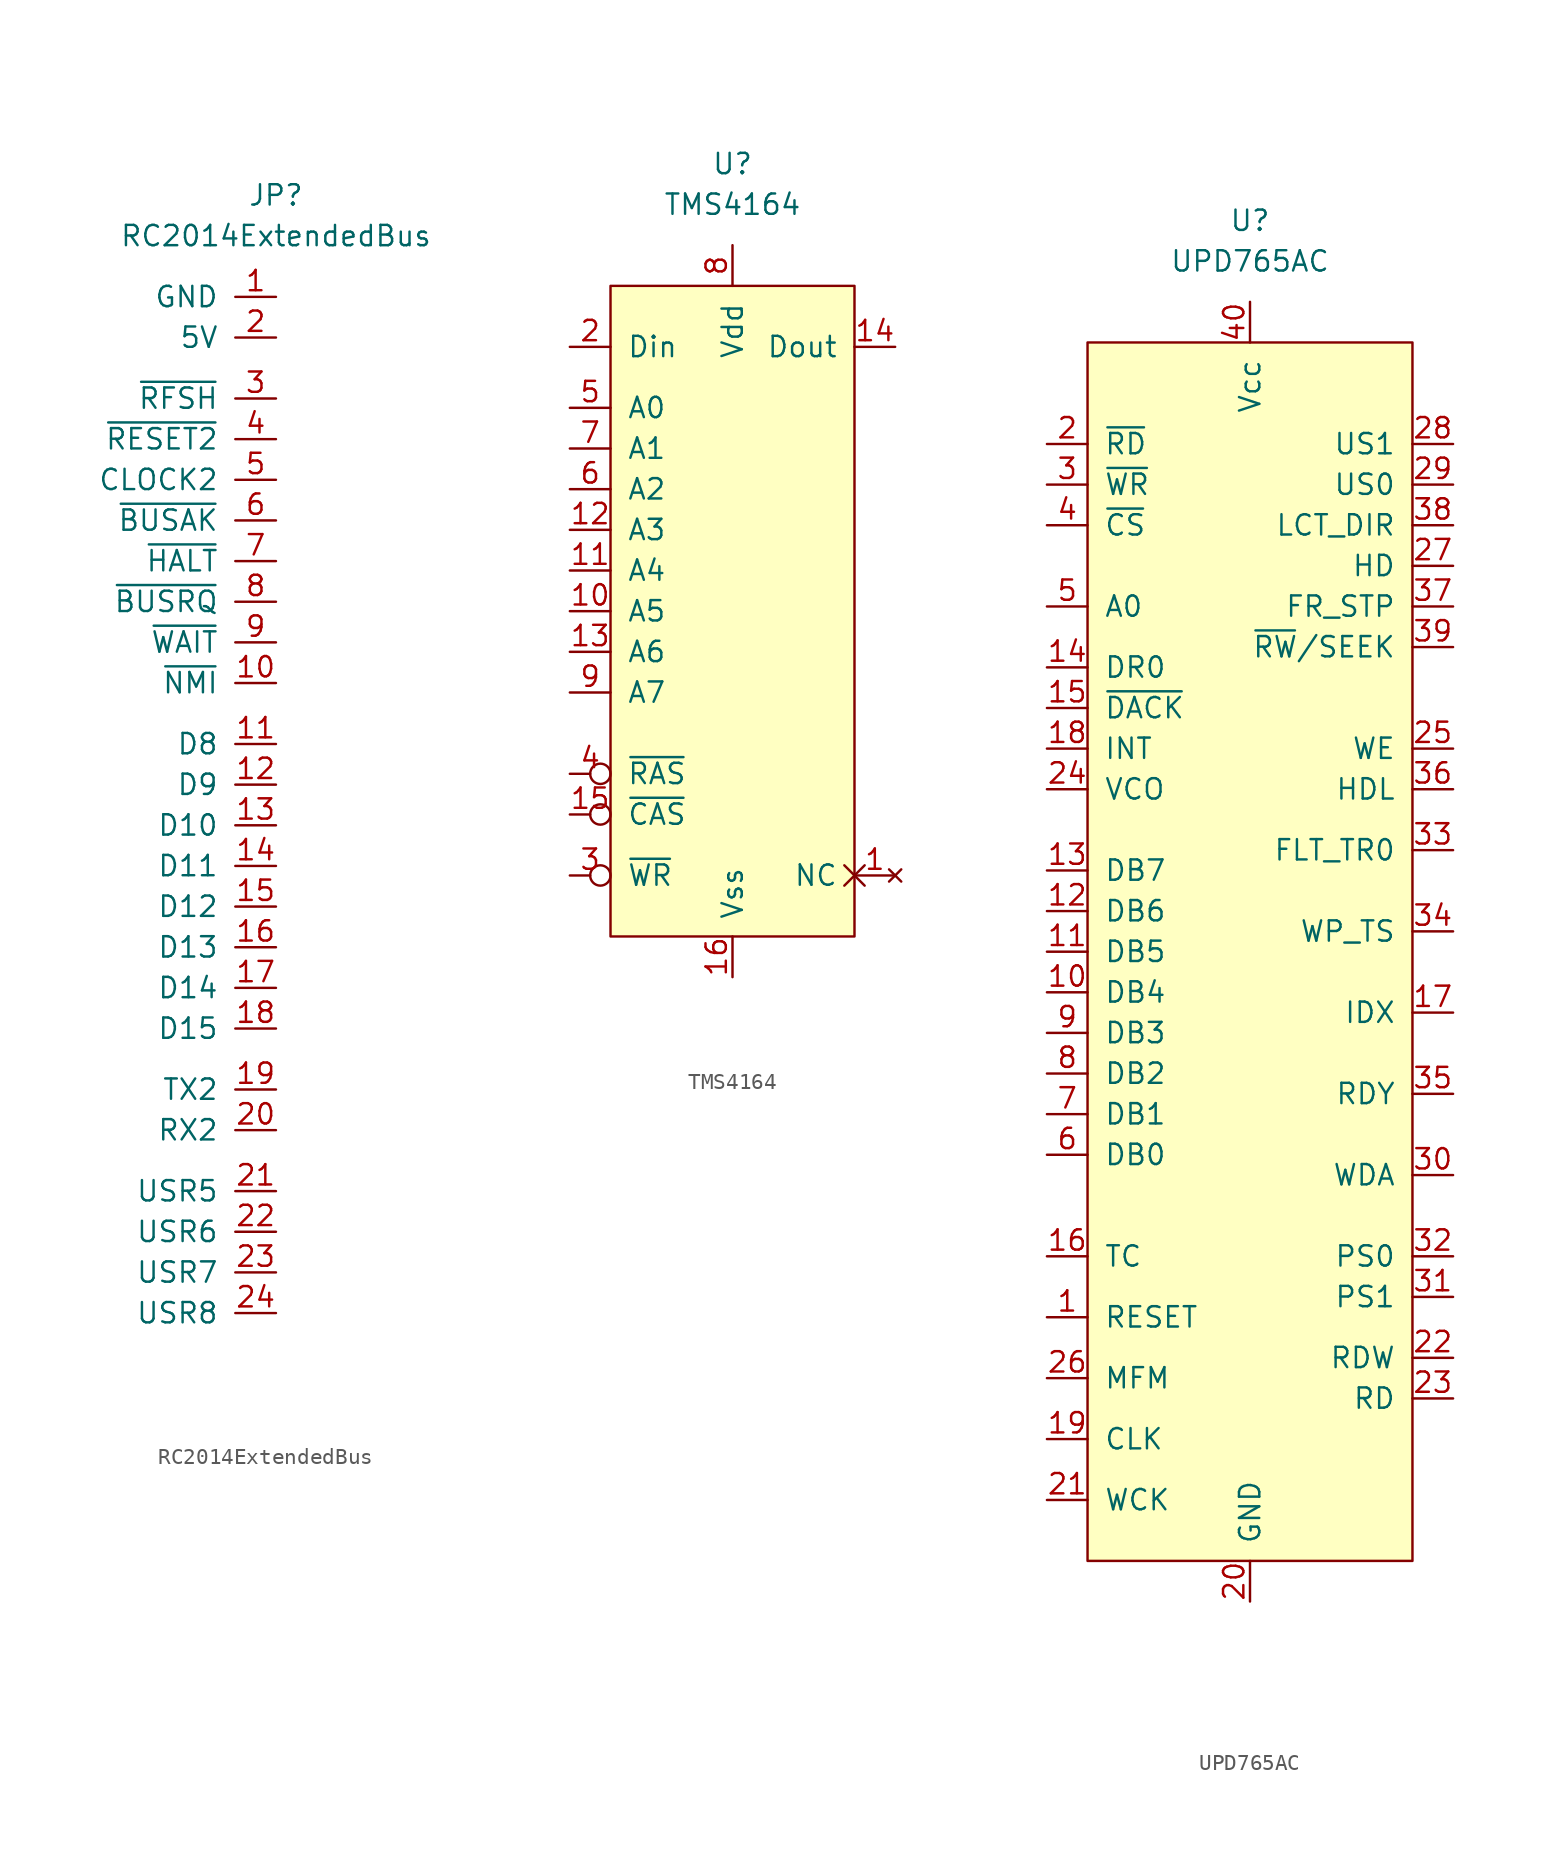
<source format=kicad_sym>
(kicad_symbol_lib
  (version 20211014)
  (generator kicad_symbol_editor)
  (symbol "RC2014ExtendedBus"
    (pin_names
      (offset 1.016))
    (property "Reference" "JP"
      (at 0 38.1 0)
      (effects (font (size 1.27 1.27))))
    (property "Value" "RC2014ExtendedBus"
      (at 0 35.56 0)
      (effects (font (size 1.27 1.27))))
    (symbol "RC2014ExtendedBus_0_0"
      (pin power_out line (at 0 31.75 180) (length 2.54) (name "GND" (effects (font (size 1.27 1.27)))) (number "1" (effects (font (size 1.27 1.27)))))
      (pin open_collector line (at 0 7.62 180) (length 2.54) (name "~{NMI}" (effects (font (size 1.27 1.27)))) (number "10" (effects (font (size 1.27 1.27)))))
      (pin tri_state line (at 0 3.81 180) (length 2.54) (name "D8" (effects (font (size 1.27 1.27)))) (number "11" (effects (font (size 1.27 1.27)))))
      (pin tri_state line (at 0 1.27 180) (length 2.54) (name "D9" (effects (font (size 1.27 1.27)))) (number "12" (effects (font (size 1.27 1.27)))))
      (pin tri_state line (at 0 -1.27 180) (length 2.54) (name "D10" (effects (font (size 1.27 1.27)))) (number "13" (effects (font (size 1.27 1.27)))))
      (pin tri_state line (at 0 -3.81 180) (length 2.54) (name "D11" (effects (font (size 1.27 1.27)))) (number "14" (effects (font (size 1.27 1.27)))))
      (pin tri_state line (at 0 -6.35 180) (length 2.54) (name "D12" (effects (font (size 1.27 1.27)))) (number "15" (effects (font (size 1.27 1.27)))))
      (pin tri_state line (at 0 -8.89 180) (length 2.54) (name "D13" (effects (font (size 1.27 1.27)))) (number "16" (effects (font (size 1.27 1.27)))))
      (pin tri_state line (at 0 -11.43 180) (length 2.54) (name "D14" (effects (font (size 1.27 1.27)))) (number "17" (effects (font (size 1.27 1.27)))))
      (pin tri_state line (at 0 -13.97 180) (length 2.54) (name "D15" (effects (font (size 1.27 1.27)))) (number "18" (effects (font (size 1.27 1.27)))))
      (pin unspecified line (at 0 -17.78 180) (length 2.54) (name "TX2" (effects (font (size 1.27 1.27)))) (number "19" (effects (font (size 1.27 1.27)))))
      (pin power_out line (at 0 29.21 180) (length 2.54) (name "5V" (effects (font (size 1.27 1.27)))) (number "2" (effects (font (size 1.27 1.27)))))
      (pin unspecified line (at 0 -20.32 180) (length 2.54) (name "RX2" (effects (font (size 1.27 1.27)))) (number "20" (effects (font (size 1.27 1.27)))))
      (pin unspecified line (at 0 -24.13 180) (length 2.54) (name "USR5" (effects (font (size 1.27 1.27)))) (number "21" (effects (font (size 1.27 1.27)))))
      (pin unspecified line (at 0 -26.67 180) (length 2.54) (name "USR6" (effects (font (size 1.27 1.27)))) (number "22" (effects (font (size 1.27 1.27)))))
      (pin unspecified line (at 0 -29.21 180) (length 2.54) (name "USR7" (effects (font (size 1.27 1.27)))) (number "23" (effects (font (size 1.27 1.27)))))
      (pin unspecified line (at 0 -31.75 180) (length 2.54) (name "USR8" (effects (font (size 1.27 1.27)))) (number "24" (effects (font (size 1.27 1.27)))))
      (pin output line (at 0 25.4 180) (length 2.54) (name "~{RFSH}" (effects (font (size 1.27 1.27)))) (number "3" (effects (font (size 1.27 1.27)))))
      (pin output line (at 0 22.86 180) (length 2.54) (name "~{RESET2}" (effects (font (size 1.27 1.27)))) (number "4" (effects (font (size 1.27 1.27)))))
      (pin output line (at 0 20.32 180) (length 2.54) (name "CLOCK2" (effects (font (size 1.27 1.27)))) (number "5" (effects (font (size 1.27 1.27)))))
      (pin output line (at 0 17.78 180) (length 2.54) (name "~{BUSAK}" (effects (font (size 1.27 1.27)))) (number "6" (effects (font (size 1.27 1.27)))))
      (pin output line (at 0 15.24 180) (length 2.54) (name "~{HALT}" (effects (font (size 1.27 1.27)))) (number "7" (effects (font (size 1.27 1.27)))))
      (pin open_collector line (at 0 12.7 180) (length 2.54) (name "~{BUSRQ}" (effects (font (size 1.27 1.27)))) (number "8" (effects (font (size 1.27 1.27)))))
      (pin open_collector line (at 0 10.16 180) (length 2.54) (name "~{WAIT}" (effects (font (size 1.27 1.27)))) (number "9" (effects (font (size 1.27 1.27)))))))
  (symbol "TMS4164"
    (pin_names
      (offset 1.016))
    (property "Reference" "U"
      (at 0 27.94 0)
      (effects (font (size 1.27 1.27))))
    (property "Value" "TMS4164"
      (at 0 25.4 0)
      (effects (font (size 1.27 1.27))))
    (symbol "TMS4164_0_0"
      (pin no_connect non_logic (at 10.16 -16.51 180) (length 2.54) (name "NC" (effects (font (size 1.27 1.27)))) (number "1" (effects (font (size 1.27 1.27)))))
      (pin input line (at -10.16 0 0) (length 2.54) (name "A5" (effects (font (size 1.27 1.27)))) (number "10" (effects (font (size 1.27 1.27)))))
      (pin input line (at -10.16 2.54 0) (length 2.54) (name "A4" (effects (font (size 1.27 1.27)))) (number "11" (effects (font (size 1.27 1.27)))))
      (pin input line (at -10.16 5.08 0) (length 2.54) (name "A3" (effects (font (size 1.27 1.27)))) (number "12" (effects (font (size 1.27 1.27)))))
      (pin input line (at -10.16 -2.54 0) (length 2.54) (name "A6" (effects (font (size 1.27 1.27)))) (number "13" (effects (font (size 1.27 1.27)))))
      (pin tri_state line (at 10.16 16.51 180) (length 2.54) (name "Dout" (effects (font (size 1.27 1.27)))) (number "14" (effects (font (size 1.27 1.27)))))
      (pin input inverted (at -10.16 -12.7 0) (length 2.54) (name "~{CAS}" (effects (font (size 1.27 1.27)))) (number "15" (effects (font (size 1.27 1.27)))))
      (pin passive line (at 0 -22.86 90) (length 2.54) (name "Vss" (effects (font (size 1.27 1.27)))) (number "16" (effects (font (size 1.27 1.27)))))
      (pin input line (at -10.16 16.51 0) (length 2.54) (name "Din" (effects (font (size 1.27 1.27)))) (number "2" (effects (font (size 1.27 1.27)))))
      (pin input inverted (at -10.16 -16.51 0) (length 2.54) (name "~{WR}" (effects (font (size 1.27 1.27)))) (number "3" (effects (font (size 1.27 1.27)))))
      (pin input inverted (at -10.16 -10.16 0) (length 2.54) (name "~{RAS}" (effects (font (size 1.27 1.27)))) (number "4" (effects (font (size 1.27 1.27)))))
      (pin input line (at -10.16 12.7 0) (length 2.54) (name "A0" (effects (font (size 1.27 1.27)))) (number "5" (effects (font (size 1.27 1.27)))))
      (pin input line (at -10.16 7.62 0) (length 2.54) (name "A2" (effects (font (size 1.27 1.27)))) (number "6" (effects (font (size 1.27 1.27)))))
      (pin input line (at -10.16 10.16 0) (length 2.54) (name "A1" (effects (font (size 1.27 1.27)))) (number "7" (effects (font (size 1.27 1.27)))))
      (pin power_in line (at 0 22.86 270) (length 2.54) (name "Vdd" (effects (font (size 1.27 1.27)))) (number "8" (effects (font (size 1.27 1.27)))))
      (pin input line (at -10.16 -5.08 0) (length 2.54) (name "A7" (effects (font (size 1.27 1.27)))) (number "9" (effects (font (size 1.27 1.27))))))
    (symbol "TMS4164_0_1"
      (rectangle (start -7.62 20.32) (end 7.62 -20.32) (stroke (width 0) (type default) (color 0 0 0 0)) (fill (type background)))))
  (symbol "UPD765AC"
    (pin_names
      (offset 1.016))
    (property "Reference" "U"
      (at 0 45.72 0)
      (effects (font (size 1.27 1.27))))
    (property "Value" "UPD765AC"
      (at 0 43.18 0)
      (effects (font (size 1.27 1.27))))
    (symbol "UPD765AC_0_0"
      (pin input line (at -12.7 -22.86 0) (length 2.54) (name "RESET" (effects (font (size 1.27 1.27)))) (number "1" (effects (font (size 1.27 1.27)))))
      (pin tri_state line (at -12.7 -2.54 0) (length 2.54) (name "DB4" (effects (font (size 1.27 1.27)))) (number "10" (effects (font (size 1.27 1.27)))))
      (pin tri_state line (at -12.7 0 0) (length 2.54) (name "DB5" (effects (font (size 1.27 1.27)))) (number "11" (effects (font (size 1.27 1.27)))))
      (pin tri_state line (at -12.7 2.54 0) (length 2.54) (name "DB6" (effects (font (size 1.27 1.27)))) (number "12" (effects (font (size 1.27 1.27)))))
      (pin tri_state line (at -12.7 5.08 0) (length 2.54) (name "DB7" (effects (font (size 1.27 1.27)))) (number "13" (effects (font (size 1.27 1.27)))))
      (pin output line (at -12.7 17.78 0) (length 2.54) (name "DR0" (effects (font (size 1.27 1.27)))) (number "14" (effects (font (size 1.27 1.27)))))
      (pin input line (at -12.7 15.24 0) (length 2.54) (name "~{DACK}" (effects (font (size 1.27 1.27)))) (number "15" (effects (font (size 1.27 1.27)))))
      (pin input line (at -12.7 -19.05 0) (length 2.54) (name "TC" (effects (font (size 1.27 1.27)))) (number "16" (effects (font (size 1.27 1.27)))))
      (pin input line (at 12.7 -3.81 180) (length 2.54) (name "IDX" (effects (font (size 1.27 1.27)))) (number "17" (effects (font (size 1.27 1.27)))))
      (pin output line (at -12.7 12.7 0) (length 2.54) (name "INT" (effects (font (size 1.27 1.27)))) (number "18" (effects (font (size 1.27 1.27)))))
      (pin input line (at -12.7 -30.48 0) (length 2.54) (name "CLK" (effects (font (size 1.27 1.27)))) (number "19" (effects (font (size 1.27 1.27)))))
      (pin input line (at -12.7 31.75 0) (length 2.54) (name "~{RD}" (effects (font (size 1.27 1.27)))) (number "2" (effects (font (size 1.27 1.27)))))
      (pin passive line (at 0 -40.64 90) (length 2.54) (name "GND" (effects (font (size 1.27 1.27)))) (number "20" (effects (font (size 1.27 1.27)))))
      (pin input line (at -12.7 -34.29 0) (length 2.54) (name "WCK" (effects (font (size 1.27 1.27)))) (number "21" (effects (font (size 1.27 1.27)))))
      (pin input line (at 12.7 -25.4 180) (length 2.54) (name "RDW" (effects (font (size 1.27 1.27)))) (number "22" (effects (font (size 1.27 1.27)))))
      (pin input line (at 12.7 -27.94 180) (length 2.54) (name "RD" (effects (font (size 1.27 1.27)))) (number "23" (effects (font (size 1.27 1.27)))))
      (pin input line (at -12.7 10.16 0) (length 2.54) (name "VCO" (effects (font (size 1.27 1.27)))) (number "24" (effects (font (size 1.27 1.27)))))
      (pin output line (at 12.7 12.7 180) (length 2.54) (name "WE" (effects (font (size 1.27 1.27)))) (number "25" (effects (font (size 1.27 1.27)))))
      (pin output line (at -12.7 -26.67 0) (length 2.54) (name "MFM" (effects (font (size 1.27 1.27)))) (number "26" (effects (font (size 1.27 1.27)))))
      (pin output line (at 12.7 24.13 180) (length 2.54) (name "HD" (effects (font (size 1.27 1.27)))) (number "27" (effects (font (size 1.27 1.27)))))
      (pin output line (at 12.7 31.75 180) (length 2.54) (name "US1" (effects (font (size 1.27 1.27)))) (number "28" (effects (font (size 1.27 1.27)))))
      (pin output line (at 12.7 29.21 180) (length 2.54) (name "US0" (effects (font (size 1.27 1.27)))) (number "29" (effects (font (size 1.27 1.27)))))
      (pin input line (at -12.7 29.21 0) (length 2.54) (name "~{WR}" (effects (font (size 1.27 1.27)))) (number "3" (effects (font (size 1.27 1.27)))))
      (pin output line (at 12.7 -13.97 180) (length 2.54) (name "WDA" (effects (font (size 1.27 1.27)))) (number "30" (effects (font (size 1.27 1.27)))))
      (pin output line (at 12.7 -21.59 180) (length 2.54) (name "PS1" (effects (font (size 1.27 1.27)))) (number "31" (effects (font (size 1.27 1.27)))))
      (pin output line (at 12.7 -19.05 180) (length 2.54) (name "PS0" (effects (font (size 1.27 1.27)))) (number "32" (effects (font (size 1.27 1.27)))))
      (pin input line (at 12.7 6.35 180) (length 2.54) (name "FLT_TR0" (effects (font (size 1.27 1.27)))) (number "33" (effects (font (size 1.27 1.27)))))
      (pin input line (at 12.7 1.27 180) (length 2.54) (name "WP_TS" (effects (font (size 1.27 1.27)))) (number "34" (effects (font (size 1.27 1.27)))))
      (pin input line (at 12.7 -8.89 180) (length 2.54) (name "RDY" (effects (font (size 1.27 1.27)))) (number "35" (effects (font (size 1.27 1.27)))))
      (pin output line (at 12.7 10.16 180) (length 2.54) (name "HDL" (effects (font (size 1.27 1.27)))) (number "36" (effects (font (size 1.27 1.27)))))
      (pin output line (at 12.7 21.59 180) (length 2.54) (name "FR_STP" (effects (font (size 1.27 1.27)))) (number "37" (effects (font (size 1.27 1.27)))))
      (pin output line (at 12.7 26.67 180) (length 2.54) (name "LCT_DIR" (effects (font (size 1.27 1.27)))) (number "38" (effects (font (size 1.27 1.27)))))
      (pin output line (at 12.7 19.05 180) (length 2.54) (name "~{RW}/SEEK" (effects (font (size 1.27 1.27)))) (number "39" (effects (font (size 1.27 1.27)))))
      (pin input line (at -12.7 26.67 0) (length 2.54) (name "~{CS}" (effects (font (size 1.27 1.27)))) (number "4" (effects (font (size 1.27 1.27)))))
      (pin power_in line (at 0 40.64 270) (length 2.54) (name "Vcc" (effects (font (size 1.27 1.27)))) (number "40" (effects (font (size 1.27 1.27)))))
      (pin input line (at -12.7 21.59 0) (length 2.54) (name "A0" (effects (font (size 1.27 1.27)))) (number "5" (effects (font (size 1.27 1.27)))))
      (pin tri_state line (at -12.7 -12.7 0) (length 2.54) (name "DB0" (effects (font (size 1.27 1.27)))) (number "6" (effects (font (size 1.27 1.27)))))
      (pin tri_state line (at -12.7 -10.16 0) (length 2.54) (name "DB1" (effects (font (size 1.27 1.27)))) (number "7" (effects (font (size 1.27 1.27)))))
      (pin tri_state line (at -12.7 -7.62 0) (length 2.54) (name "DB2" (effects (font (size 1.27 1.27)))) (number "8" (effects (font (size 1.27 1.27)))))
      (pin tri_state line (at -12.7 -5.08 0) (length 2.54) (name "DB3" (effects (font (size 1.27 1.27)))) (number "9" (effects (font (size 1.27 1.27))))))
    (symbol "UPD765AC_0_1"
      (rectangle (start -10.16 38.1) (end 10.16 -38.1) (stroke (width 0) (type default) (color 0 0 0 0)) (fill (type background))))))
</source>
